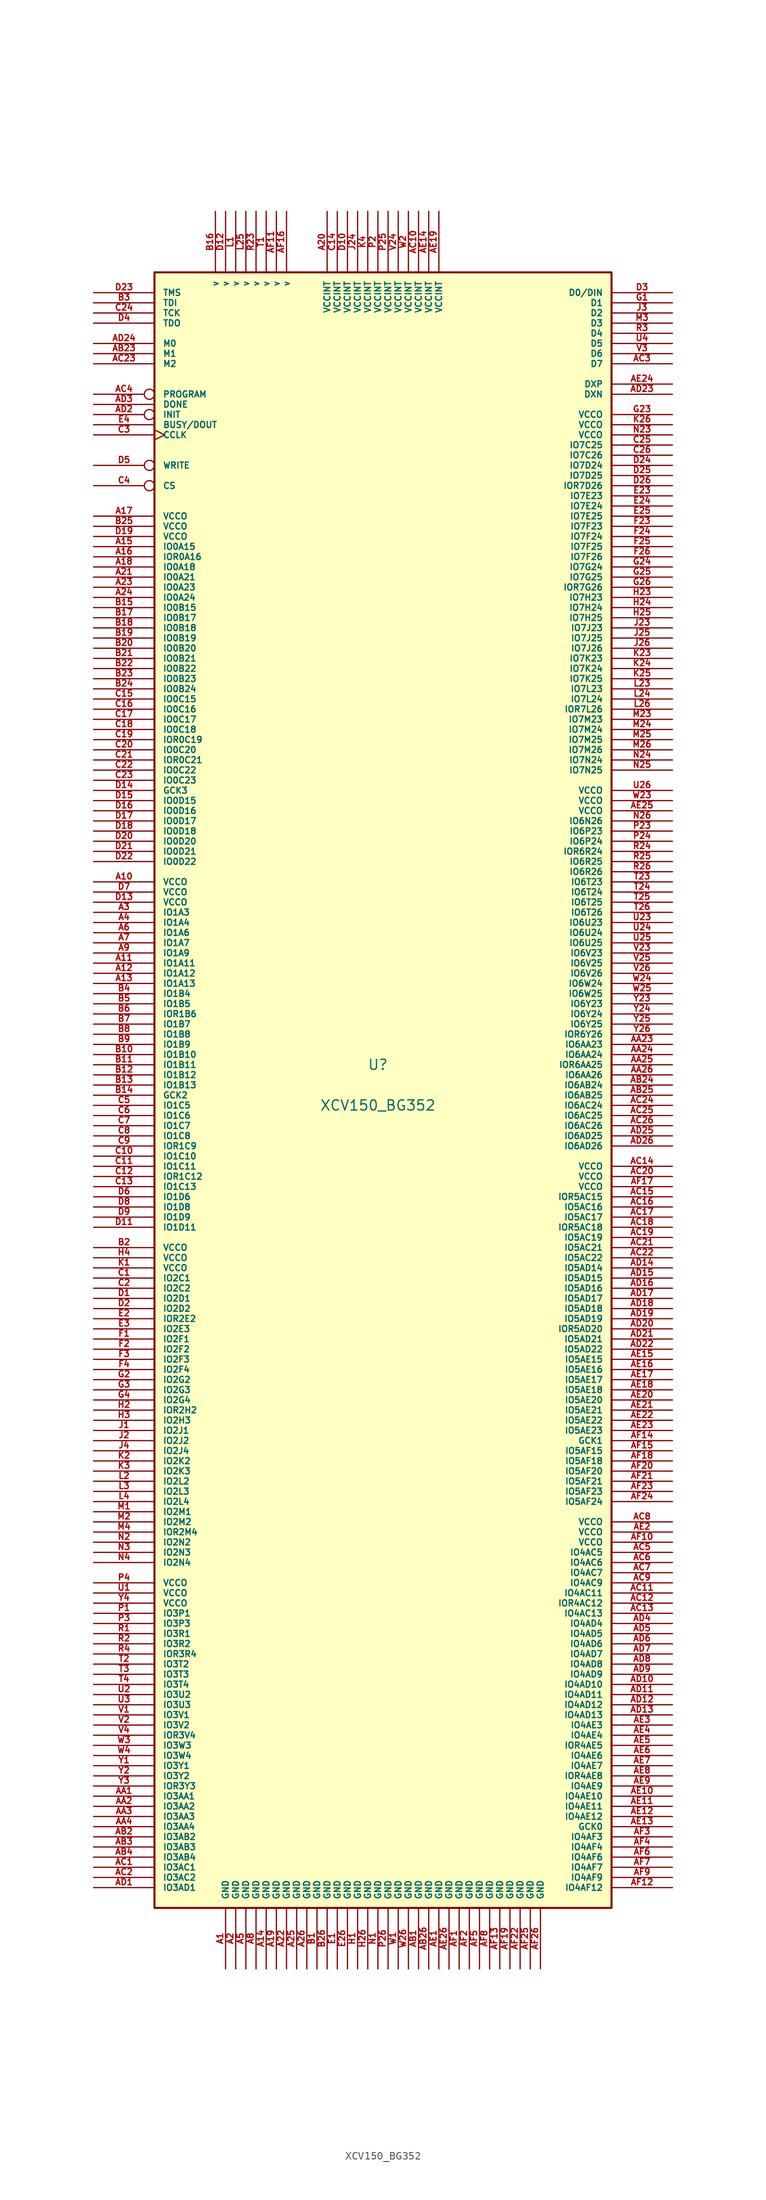
<source format=kicad_sym>
(kicad_symbol_lib
  (version 20201005)
  (generator kicad_symbol_editor)
  (symbol "XCV150_BG352"
    (pin_names
      (offset 1.016))
    (property "Reference" "U"
      (at 0 2.54 0)
      (effects (font (size 1.27 1.27))))
    (property "Value" "XCV150_BG352"
      (at 0 -2.54 0)
      (effects (font (size 1.27 1.27))))
    (symbol "XCV150_BG352_0_1"
      (rectangle (start -27.94 101.6) (end 29.21 -102.87) (stroke (width 0.254)) (fill (type background))))
    (symbol "XCV150_BG352_1_1"
      (pin power_in line (at -19.05 -110.49 90) (length 7.62) (name "GND" (effects (font (size 0.762 0.762)))) (number "A1" (effects (font (size 0.762 0.762)))))
      (pin power_in line (at -35.56 25.4 0) (length 7.62) (name "VCCO" (effects (font (size 0.762 0.762)))) (number "A10" (effects (font (size 0.762 0.762)))))
      (pin bidirectional line (at -35.56 15.24 0) (length 7.62) (name "IO1A11" (effects (font (size 0.762 0.762)))) (number "A11" (effects (font (size 0.762 0.762)))))
      (pin bidirectional line (at -35.56 13.97 0) (length 7.62) (name "IO1A12" (effects (font (size 0.762 0.762)))) (number "A12" (effects (font (size 0.762 0.762)))))
      (pin bidirectional line (at -35.56 12.7 0) (length 7.62) (name "IO1A13" (effects (font (size 0.762 0.762)))) (number "A13" (effects (font (size 0.762 0.762)))))
      (pin power_in line (at -13.97 -110.49 90) (length 7.62) (name "GND" (effects (font (size 0.762 0.762)))) (number "A14" (effects (font (size 0.762 0.762)))))
      (pin bidirectional line (at -35.56 67.31 0) (length 7.62) (name "IO0A15" (effects (font (size 0.762 0.762)))) (number "A15" (effects (font (size 0.762 0.762)))))
      (pin bidirectional line (at -35.56 66.04 0) (length 7.62) (name "IOR0A16" (effects (font (size 0.762 0.762)))) (number "A16" (effects (font (size 0.762 0.762)))))
      (pin power_in line (at -35.56 71.12 0) (length 7.62) (name "VCCO" (effects (font (size 0.762 0.762)))) (number "A17" (effects (font (size 0.762 0.762)))))
      (pin bidirectional line (at -35.56 64.77 0) (length 7.62) (name "IO0A18" (effects (font (size 0.762 0.762)))) (number "A18" (effects (font (size 0.762 0.762)))))
      (pin power_in line (at -12.7 -110.49 90) (length 7.62) (name "GND" (effects (font (size 0.762 0.762)))) (number "A19" (effects (font (size 0.762 0.762)))))
      (pin power_in line (at -17.78 -110.49 90) (length 7.62) (name "GND" (effects (font (size 0.762 0.762)))) (number "A2" (effects (font (size 0.762 0.762)))))
      (pin power_in line (at -6.35 109.22 270) (length 7.62) (name "VCCINT" (effects (font (size 0.762 0.762)))) (number "A20" (effects (font (size 0.762 0.762)))))
      (pin bidirectional line (at -35.56 63.5 0) (length 7.62) (name "IO0A21" (effects (font (size 0.762 0.762)))) (number "A21" (effects (font (size 0.762 0.762)))))
      (pin power_in line (at -11.43 -110.49 90) (length 7.62) (name "GND" (effects (font (size 0.762 0.762)))) (number "A22" (effects (font (size 0.762 0.762)))))
      (pin bidirectional line (at -35.56 62.23 0) (length 7.62) (name "IO0A23" (effects (font (size 0.762 0.762)))) (number "A23" (effects (font (size 0.762 0.762)))))
      (pin bidirectional line (at -35.56 60.96 0) (length 7.62) (name "IO0A24" (effects (font (size 0.762 0.762)))) (number "A24" (effects (font (size 0.762 0.762)))))
      (pin power_in line (at -10.16 -110.49 90) (length 7.62) (name "GND" (effects (font (size 0.762 0.762)))) (number "A25" (effects (font (size 0.762 0.762)))))
      (pin power_in line (at -8.89 -110.49 90) (length 7.62) (name "GND" (effects (font (size 0.762 0.762)))) (number "A26" (effects (font (size 0.762 0.762)))))
      (pin bidirectional line (at -35.56 21.59 0) (length 7.62) (name "IO1A3" (effects (font (size 0.762 0.762)))) (number "A3" (effects (font (size 0.762 0.762)))))
      (pin bidirectional line (at -35.56 20.32 0) (length 7.62) (name "IO1A4" (effects (font (size 0.762 0.762)))) (number "A4" (effects (font (size 0.762 0.762)))))
      (pin power_in line (at -16.51 -110.49 90) (length 7.62) (name "GND" (effects (font (size 0.762 0.762)))) (number "A5" (effects (font (size 0.762 0.762)))))
      (pin bidirectional line (at -35.56 19.05 0) (length 7.62) (name "IO1A6" (effects (font (size 0.762 0.762)))) (number "A6" (effects (font (size 0.762 0.762)))))
      (pin bidirectional line (at -35.56 17.78 0) (length 7.62) (name "IO1A7" (effects (font (size 0.762 0.762)))) (number "A7" (effects (font (size 0.762 0.762)))))
      (pin power_in line (at -15.24 -110.49 90) (length 7.62) (name "GND" (effects (font (size 0.762 0.762)))) (number "A8" (effects (font (size 0.762 0.762)))))
      (pin bidirectional line (at -35.56 16.51 0) (length 7.62) (name "IO1A9" (effects (font (size 0.762 0.762)))) (number "A9" (effects (font (size 0.762 0.762)))))
      (pin bidirectional line (at -35.56 -88.9 0) (length 7.62) (name "IO3AA1" (effects (font (size 0.762 0.762)))) (number "AA1" (effects (font (size 0.762 0.762)))))
      (pin bidirectional line (at -35.56 -90.17 0) (length 7.62) (name "IO3AA2" (effects (font (size 0.762 0.762)))) (number "AA2" (effects (font (size 0.762 0.762)))))
      (pin bidirectional line (at 36.83 5.08 180) (length 7.62) (name "IO6AA23" (effects (font (size 0.762 0.762)))) (number "AA23" (effects (font (size 0.762 0.762)))))
      (pin bidirectional line (at 36.83 3.81 180) (length 7.62) (name "IO6AA24" (effects (font (size 0.762 0.762)))) (number "AA24" (effects (font (size 0.762 0.762)))))
      (pin bidirectional line (at 36.83 2.54 180) (length 7.62) (name "IOR6AA25" (effects (font (size 0.762 0.762)))) (number "AA25" (effects (font (size 0.762 0.762)))))
      (pin bidirectional line (at 36.83 1.27 180) (length 7.62) (name "IO6AA26" (effects (font (size 0.762 0.762)))) (number "AA26" (effects (font (size 0.762 0.762)))))
      (pin bidirectional line (at -35.56 -91.44 0) (length 7.62) (name "IO3AA3" (effects (font (size 0.762 0.762)))) (number "AA3" (effects (font (size 0.762 0.762)))))
      (pin bidirectional line (at -35.56 -92.71 0) (length 7.62) (name "IO3AA4" (effects (font (size 0.762 0.762)))) (number "AA4" (effects (font (size 0.762 0.762)))))
      (pin power_in line (at 5.08 -110.49 90) (length 7.62) (name "GND" (effects (font (size 0.762 0.762)))) (number "AB1" (effects (font (size 0.762 0.762)))))
      (pin bidirectional line (at -35.56 -93.98 0) (length 7.62) (name "IO3AB2" (effects (font (size 0.762 0.762)))) (number "AB2" (effects (font (size 0.762 0.762)))))
      (pin input line (at -35.56 91.44 0) (length 7.62) (name "M1" (effects (font (size 0.762 0.762)))) (number "AB23" (effects (font (size 0.762 0.762)))))
      (pin bidirectional line (at 36.83 0 180) (length 7.62) (name "IO6AB24" (effects (font (size 0.762 0.762)))) (number "AB24" (effects (font (size 0.762 0.762)))))
      (pin bidirectional line (at 36.83 -1.27 180) (length 7.62) (name "IO6AB25" (effects (font (size 0.762 0.762)))) (number "AB25" (effects (font (size 0.762 0.762)))))
      (pin power_in line (at 6.35 -110.49 90) (length 7.62) (name "GND" (effects (font (size 0.762 0.762)))) (number "AB26" (effects (font (size 0.762 0.762)))))
      (pin bidirectional line (at -35.56 -95.25 0) (length 7.62) (name "IO3AB3" (effects (font (size 0.762 0.762)))) (number "AB3" (effects (font (size 0.762 0.762)))))
      (pin bidirectional line (at -35.56 -96.52 0) (length 7.62) (name "IO3AB4" (effects (font (size 0.762 0.762)))) (number "AB4" (effects (font (size 0.762 0.762)))))
      (pin bidirectional line (at -35.56 -97.79 0) (length 7.62) (name "IO3AC1" (effects (font (size 0.762 0.762)))) (number "AC1" (effects (font (size 0.762 0.762)))))
      (pin power_in line (at 5.08 109.22 270) (length 7.62) (name "VCCINT" (effects (font (size 0.762 0.762)))) (number "AC10" (effects (font (size 0.762 0.762)))))
      (pin bidirectional line (at 36.83 -63.5 180) (length 7.62) (name "IO4AC11" (effects (font (size 0.762 0.762)))) (number "AC11" (effects (font (size 0.762 0.762)))))
      (pin bidirectional line (at 36.83 -64.77 180) (length 7.62) (name "IOR4AC12" (effects (font (size 0.762 0.762)))) (number "AC12" (effects (font (size 0.762 0.762)))))
      (pin bidirectional line (at 36.83 -66.04 180) (length 7.62) (name "IO4AC13" (effects (font (size 0.762 0.762)))) (number "AC13" (effects (font (size 0.762 0.762)))))
      (pin power_in line (at 36.83 -10.16 180) (length 7.62) (name "VCCO" (effects (font (size 0.762 0.762)))) (number "AC14" (effects (font (size 0.762 0.762)))))
      (pin bidirectional line (at 36.83 -13.97 180) (length 7.62) (name "IOR5AC15" (effects (font (size 0.762 0.762)))) (number "AC15" (effects (font (size 0.762 0.762)))))
      (pin bidirectional line (at 36.83 -15.24 180) (length 7.62) (name "IO5AC16" (effects (font (size 0.762 0.762)))) (number "AC16" (effects (font (size 0.762 0.762)))))
      (pin bidirectional line (at 36.83 -16.51 180) (length 7.62) (name "IO5AC17" (effects (font (size 0.762 0.762)))) (number "AC17" (effects (font (size 0.762 0.762)))))
      (pin bidirectional line (at 36.83 -17.78 180) (length 7.62) (name "IOR5AC18" (effects (font (size 0.762 0.762)))) (number "AC18" (effects (font (size 0.762 0.762)))))
      (pin bidirectional line (at 36.83 -19.05 180) (length 7.62) (name "IO5AC19" (effects (font (size 0.762 0.762)))) (number "AC19" (effects (font (size 0.762 0.762)))))
      (pin bidirectional line (at -35.56 -99.06 0) (length 7.62) (name "IO3AC2" (effects (font (size 0.762 0.762)))) (number "AC2" (effects (font (size 0.762 0.762)))))
      (pin power_in line (at 36.83 -11.43 180) (length 7.62) (name "VCCO" (effects (font (size 0.762 0.762)))) (number "AC20" (effects (font (size 0.762 0.762)))))
      (pin bidirectional line (at 36.83 -20.32 180) (length 7.62) (name "IO5AC21" (effects (font (size 0.762 0.762)))) (number "AC21" (effects (font (size 0.762 0.762)))))
      (pin bidirectional line (at 36.83 -21.59 180) (length 7.62) (name "IO5AC22" (effects (font (size 0.762 0.762)))) (number "AC22" (effects (font (size 0.762 0.762)))))
      (pin input line (at -35.56 90.17 0) (length 7.62) (name "M2" (effects (font (size 0.762 0.762)))) (number "AC23" (effects (font (size 0.762 0.762)))))
      (pin bidirectional line (at 36.83 -2.54 180) (length 7.62) (name "IO6AC24" (effects (font (size 0.762 0.762)))) (number "AC24" (effects (font (size 0.762 0.762)))))
      (pin bidirectional line (at 36.83 -3.81 180) (length 7.62) (name "IO6AC25" (effects (font (size 0.762 0.762)))) (number "AC25" (effects (font (size 0.762 0.762)))))
      (pin bidirectional line (at 36.83 -5.08 180) (length 7.62) (name "IO6AC26" (effects (font (size 0.762 0.762)))) (number "AC26" (effects (font (size 0.762 0.762)))))
      (pin bidirectional line (at 36.83 90.17 180) (length 7.62) (name "D7" (effects (font (size 0.762 0.762)))) (number "AC3" (effects (font (size 0.762 0.762)))))
      (pin input inverted (at -35.56 86.36 0) (length 7.62) (name "PROGRAM" (effects (font (size 0.762 0.762)))) (number "AC4" (effects (font (size 0.762 0.762)))))
      (pin bidirectional line (at 36.83 -58.42 180) (length 7.62) (name "IO4AC5" (effects (font (size 0.762 0.762)))) (number "AC5" (effects (font (size 0.762 0.762)))))
      (pin bidirectional line (at 36.83 -59.69 180) (length 7.62) (name "IO4AC6" (effects (font (size 0.762 0.762)))) (number "AC6" (effects (font (size 0.762 0.762)))))
      (pin bidirectional line (at 36.83 -60.96 180) (length 7.62) (name "IO4AC7" (effects (font (size 0.762 0.762)))) (number "AC7" (effects (font (size 0.762 0.762)))))
      (pin power_in line (at 36.83 -54.61 180) (length 7.62) (name "VCCO" (effects (font (size 0.762 0.762)))) (number "AC8" (effects (font (size 0.762 0.762)))))
      (pin bidirectional line (at 36.83 -62.23 180) (length 7.62) (name "IO4AC9" (effects (font (size 0.762 0.762)))) (number "AC9" (effects (font (size 0.762 0.762)))))
      (pin bidirectional line (at -35.56 -100.33 0) (length 7.62) (name "IO3AD1" (effects (font (size 0.762 0.762)))) (number "AD1" (effects (font (size 0.762 0.762)))))
      (pin bidirectional line (at 36.83 -74.93 180) (length 7.62) (name "IO4AD10" (effects (font (size 0.762 0.762)))) (number "AD10" (effects (font (size 0.762 0.762)))))
      (pin bidirectional line (at 36.83 -76.2 180) (length 7.62) (name "IO4AD11" (effects (font (size 0.762 0.762)))) (number "AD11" (effects (font (size 0.762 0.762)))))
      (pin bidirectional line (at 36.83 -77.47 180) (length 7.62) (name "IO4AD12" (effects (font (size 0.762 0.762)))) (number "AD12" (effects (font (size 0.762 0.762)))))
      (pin bidirectional line (at 36.83 -78.74 180) (length 7.62) (name "IO4AD13" (effects (font (size 0.762 0.762)))) (number "AD13" (effects (font (size 0.762 0.762)))))
      (pin bidirectional line (at 36.83 -22.86 180) (length 7.62) (name "IO5AD14" (effects (font (size 0.762 0.762)))) (number "AD14" (effects (font (size 0.762 0.762)))))
      (pin bidirectional line (at 36.83 -24.13 180) (length 7.62) (name "IO5AD15" (effects (font (size 0.762 0.762)))) (number "AD15" (effects (font (size 0.762 0.762)))))
      (pin bidirectional line (at 36.83 -25.4 180) (length 7.62) (name "IO5AD16" (effects (font (size 0.762 0.762)))) (number "AD16" (effects (font (size 0.762 0.762)))))
      (pin bidirectional line (at 36.83 -26.67 180) (length 7.62) (name "IO5AD17" (effects (font (size 0.762 0.762)))) (number "AD17" (effects (font (size 0.762 0.762)))))
      (pin bidirectional line (at 36.83 -27.94 180) (length 7.62) (name "IO5AD18" (effects (font (size 0.762 0.762)))) (number "AD18" (effects (font (size 0.762 0.762)))))
      (pin bidirectional line (at 36.83 -29.21 180) (length 7.62) (name "IO5AD19" (effects (font (size 0.762 0.762)))) (number "AD19" (effects (font (size 0.762 0.762)))))
      (pin bidirectional inverted (at -35.56 83.82 0) (length 7.62) (name "INIT" (effects (font (size 0.762 0.762)))) (number "AD2" (effects (font (size 0.762 0.762)))))
      (pin bidirectional line (at 36.83 -30.48 180) (length 7.62) (name "IOR5AD20" (effects (font (size 0.762 0.762)))) (number "AD20" (effects (font (size 0.762 0.762)))))
      (pin bidirectional line (at 36.83 -31.75 180) (length 7.62) (name "IO5AD21" (effects (font (size 0.762 0.762)))) (number "AD21" (effects (font (size 0.762 0.762)))))
      (pin bidirectional line (at 36.83 -33.02 180) (length 7.62) (name "IO5AD22" (effects (font (size 0.762 0.762)))) (number "AD22" (effects (font (size 0.762 0.762)))))
      (pin passive line (at 36.83 86.36 180) (length 7.62) (name "DXN" (effects (font (size 0.762 0.762)))) (number "AD23" (effects (font (size 0.762 0.762)))))
      (pin input line (at -35.56 92.71 0) (length 7.62) (name "M0" (effects (font (size 0.762 0.762)))) (number "AD24" (effects (font (size 0.762 0.762)))))
      (pin bidirectional line (at 36.83 -6.35 180) (length 7.62) (name "IO6AD25" (effects (font (size 0.762 0.762)))) (number "AD25" (effects (font (size 0.762 0.762)))))
      (pin bidirectional line (at 36.83 -7.62 180) (length 7.62) (name "IO6AD26" (effects (font (size 0.762 0.762)))) (number "AD26" (effects (font (size 0.762 0.762)))))
      (pin bidirectional line (at -35.56 85.09 0) (length 7.62) (name "DONE" (effects (font (size 0.762 0.762)))) (number "AD3" (effects (font (size 0.762 0.762)))))
      (pin bidirectional line (at 36.83 -67.31 180) (length 7.62) (name "IO4AD4" (effects (font (size 0.762 0.762)))) (number "AD4" (effects (font (size 0.762 0.762)))))
      (pin bidirectional line (at 36.83 -68.58 180) (length 7.62) (name "IO4AD5" (effects (font (size 0.762 0.762)))) (number "AD5" (effects (font (size 0.762 0.762)))))
      (pin bidirectional line (at 36.83 -69.85 180) (length 7.62) (name "IO4AD6" (effects (font (size 0.762 0.762)))) (number "AD6" (effects (font (size 0.762 0.762)))))
      (pin bidirectional line (at 36.83 -71.12 180) (length 7.62) (name "IO4AD7" (effects (font (size 0.762 0.762)))) (number "AD7" (effects (font (size 0.762 0.762)))))
      (pin bidirectional line (at 36.83 -72.39 180) (length 7.62) (name "IO4AD8" (effects (font (size 0.762 0.762)))) (number "AD8" (effects (font (size 0.762 0.762)))))
      (pin bidirectional line (at 36.83 -73.66 180) (length 7.62) (name "IO4AD9" (effects (font (size 0.762 0.762)))) (number "AD9" (effects (font (size 0.762 0.762)))))
      (pin power_in line (at 7.62 -110.49 90) (length 7.62) (name "GND" (effects (font (size 0.762 0.762)))) (number "AE1" (effects (font (size 0.762 0.762)))))
      (pin bidirectional line (at 36.83 -88.9 180) (length 7.62) (name "IO4AE10" (effects (font (size 0.762 0.762)))) (number "AE10" (effects (font (size 0.762 0.762)))))
      (pin bidirectional line (at 36.83 -90.17 180) (length 7.62) (name "IO4AE11" (effects (font (size 0.762 0.762)))) (number "AE11" (effects (font (size 0.762 0.762)))))
      (pin bidirectional line (at 36.83 -91.44 180) (length 7.62) (name "IO4AE12" (effects (font (size 0.762 0.762)))) (number "AE12" (effects (font (size 0.762 0.762)))))
      (pin input line (at 36.83 -92.71 180) (length 7.62) (name "GCK0" (effects (font (size 0.762 0.762)))) (number "AE13" (effects (font (size 0.762 0.762)))))
      (pin power_in line (at 6.35 109.22 270) (length 7.62) (name "VCCINT" (effects (font (size 0.762 0.762)))) (number "AE14" (effects (font (size 0.762 0.762)))))
      (pin bidirectional line (at 36.83 -34.29 180) (length 7.62) (name "IO5AE15" (effects (font (size 0.762 0.762)))) (number "AE15" (effects (font (size 0.762 0.762)))))
      (pin bidirectional line (at 36.83 -35.56 180) (length 7.62) (name "IO5AE16" (effects (font (size 0.762 0.762)))) (number "AE16" (effects (font (size 0.762 0.762)))))
      (pin bidirectional line (at 36.83 -36.83 180) (length 7.62) (name "IO5AE17" (effects (font (size 0.762 0.762)))) (number "AE17" (effects (font (size 0.762 0.762)))))
      (pin bidirectional line (at 36.83 -38.1 180) (length 7.62) (name "IO5AE18" (effects (font (size 0.762 0.762)))) (number "AE18" (effects (font (size 0.762 0.762)))))
      (pin power_in line (at 7.62 109.22 270) (length 7.62) (name "VCCINT" (effects (font (size 0.762 0.762)))) (number "AE19" (effects (font (size 0.762 0.762)))))
      (pin power_in line (at 36.83 -55.88 180) (length 7.62) (name "VCCO" (effects (font (size 0.762 0.762)))) (number "AE2" (effects (font (size 0.762 0.762)))))
      (pin bidirectional line (at 36.83 -39.37 180) (length 7.62) (name "IO5AE20" (effects (font (size 0.762 0.762)))) (number "AE20" (effects (font (size 0.762 0.762)))))
      (pin bidirectional line (at 36.83 -40.64 180) (length 7.62) (name "IO5AE21" (effects (font (size 0.762 0.762)))) (number "AE21" (effects (font (size 0.762 0.762)))))
      (pin bidirectional line (at 36.83 -41.91 180) (length 7.62) (name "IO5AE22" (effects (font (size 0.762 0.762)))) (number "AE22" (effects (font (size 0.762 0.762)))))
      (pin bidirectional line (at 36.83 -43.18 180) (length 7.62) (name "IO5AE23" (effects (font (size 0.762 0.762)))) (number "AE23" (effects (font (size 0.762 0.762)))))
      (pin passive line (at 36.83 87.63 180) (length 7.62) (name "DXP" (effects (font (size 0.762 0.762)))) (number "AE24" (effects (font (size 0.762 0.762)))))
      (pin power_in line (at 36.83 34.29 180) (length 7.62) (name "VCCO" (effects (font (size 0.762 0.762)))) (number "AE25" (effects (font (size 0.762 0.762)))))
      (pin power_in line (at 8.89 -110.49 90) (length 7.62) (name "GND" (effects (font (size 0.762 0.762)))) (number "AE26" (effects (font (size 0.762 0.762)))))
      (pin bidirectional line (at 36.83 -80.01 180) (length 7.62) (name "IO4AE3" (effects (font (size 0.762 0.762)))) (number "AE3" (effects (font (size 0.762 0.762)))))
      (pin bidirectional line (at 36.83 -81.28 180) (length 7.62) (name "IO4AE4" (effects (font (size 0.762 0.762)))) (number "AE4" (effects (font (size 0.762 0.762)))))
      (pin bidirectional line (at 36.83 -82.55 180) (length 7.62) (name "IOR4AE5" (effects (font (size 0.762 0.762)))) (number "AE5" (effects (font (size 0.762 0.762)))))
      (pin bidirectional line (at 36.83 -83.82 180) (length 7.62) (name "IO4AE6" (effects (font (size 0.762 0.762)))) (number "AE6" (effects (font (size 0.762 0.762)))))
      (pin bidirectional line (at 36.83 -85.09 180) (length 7.62) (name "IO4AE7" (effects (font (size 0.762 0.762)))) (number "AE7" (effects (font (size 0.762 0.762)))))
      (pin bidirectional line (at 36.83 -86.36 180) (length 7.62) (name "IOR4AE8" (effects (font (size 0.762 0.762)))) (number "AE8" (effects (font (size 0.762 0.762)))))
      (pin bidirectional line (at 36.83 -87.63 180) (length 7.62) (name "IO4AE9" (effects (font (size 0.762 0.762)))) (number "AE9" (effects (font (size 0.762 0.762)))))
      (pin power_in line (at 10.16 -110.49 90) (length 7.62) (name "GND" (effects (font (size 0.762 0.762)))) (number "AF1" (effects (font (size 0.762 0.762)))))
      (pin power_in line (at 36.83 -57.15 180) (length 7.62) (name "VCCO" (effects (font (size 0.762 0.762)))) (number "AF10" (effects (font (size 0.762 0.762)))))
      (pin passive line (at -12.7 109.22 270) (length 7.62) (name "v" (effects (font (size 0.762 0.762)))) (number "AF11" (effects (font (size 0.762 0.762)))))
      (pin bidirectional line (at 36.83 -100.33 180) (length 7.62) (name "IO4AF12" (effects (font (size 0.762 0.762)))) (number "AF12" (effects (font (size 0.762 0.762)))))
      (pin power_in line (at 15.24 -110.49 90) (length 7.62) (name "GND" (effects (font (size 0.762 0.762)))) (number "AF13" (effects (font (size 0.762 0.762)))))
      (pin input line (at 36.83 -44.45 180) (length 7.62) (name "GCK1" (effects (font (size 0.762 0.762)))) (number "AF14" (effects (font (size 0.762 0.762)))))
      (pin bidirectional line (at 36.83 -45.72 180) (length 7.62) (name "IO5AF15" (effects (font (size 0.762 0.762)))) (number "AF15" (effects (font (size 0.762 0.762)))))
      (pin passive line (at -11.43 109.22 270) (length 7.62) (name "v" (effects (font (size 0.762 0.762)))) (number "AF16" (effects (font (size 0.762 0.762)))))
      (pin power_in line (at 36.83 -12.7 180) (length 7.62) (name "VCCO" (effects (font (size 0.762 0.762)))) (number "AF17" (effects (font (size 0.762 0.762)))))
      (pin bidirectional line (at 36.83 -46.99 180) (length 7.62) (name "IO5AF18" (effects (font (size 0.762 0.762)))) (number "AF18" (effects (font (size 0.762 0.762)))))
      (pin power_in line (at 16.51 -110.49 90) (length 7.62) (name "GND" (effects (font (size 0.762 0.762)))) (number "AF19" (effects (font (size 0.762 0.762)))))
      (pin power_in line (at 11.43 -110.49 90) (length 7.62) (name "GND" (effects (font (size 0.762 0.762)))) (number "AF2" (effects (font (size 0.762 0.762)))))
      (pin bidirectional line (at 36.83 -48.26 180) (length 7.62) (name "IO5AF20" (effects (font (size 0.762 0.762)))) (number "AF20" (effects (font (size 0.762 0.762)))))
      (pin bidirectional line (at 36.83 -49.53 180) (length 7.62) (name "IO5AF21" (effects (font (size 0.762 0.762)))) (number "AF21" (effects (font (size 0.762 0.762)))))
      (pin power_in line (at 17.78 -110.49 90) (length 7.62) (name "GND" (effects (font (size 0.762 0.762)))) (number "AF22" (effects (font (size 0.762 0.762)))))
      (pin bidirectional line (at 36.83 -50.8 180) (length 7.62) (name "IO5AF23" (effects (font (size 0.762 0.762)))) (number "AF23" (effects (font (size 0.762 0.762)))))
      (pin bidirectional line (at 36.83 -52.07 180) (length 7.62) (name "IO5AF24" (effects (font (size 0.762 0.762)))) (number "AF24" (effects (font (size 0.762 0.762)))))
      (pin power_in line (at 19.05 -110.49 90) (length 7.62) (name "GND" (effects (font (size 0.762 0.762)))) (number "AF25" (effects (font (size 0.762 0.762)))))
      (pin power_in line (at 20.32 -110.49 90) (length 7.62) (name "GND" (effects (font (size 0.762 0.762)))) (number "AF26" (effects (font (size 0.762 0.762)))))
      (pin bidirectional line (at 36.83 -93.98 180) (length 7.62) (name "IO4AF3" (effects (font (size 0.762 0.762)))) (number "AF3" (effects (font (size 0.762 0.762)))))
      (pin bidirectional line (at 36.83 -95.25 180) (length 7.62) (name "IO4AF4" (effects (font (size 0.762 0.762)))) (number "AF4" (effects (font (size 0.762 0.762)))))
      (pin power_in line (at 12.7 -110.49 90) (length 7.62) (name "GND" (effects (font (size 0.762 0.762)))) (number "AF5" (effects (font (size 0.762 0.762)))))
      (pin bidirectional line (at 36.83 -96.52 180) (length 7.62) (name "IO4AF6" (effects (font (size 0.762 0.762)))) (number "AF6" (effects (font (size 0.762 0.762)))))
      (pin bidirectional line (at 36.83 -97.79 180) (length 7.62) (name "IO4AF7" (effects (font (size 0.762 0.762)))) (number "AF7" (effects (font (size 0.762 0.762)))))
      (pin power_in line (at 13.97 -110.49 90) (length 7.62) (name "GND" (effects (font (size 0.762 0.762)))) (number "AF8" (effects (font (size 0.762 0.762)))))
      (pin bidirectional line (at 36.83 -99.06 180) (length 7.62) (name "IO4AF9" (effects (font (size 0.762 0.762)))) (number "AF9" (effects (font (size 0.762 0.762)))))
      (pin power_in line (at -7.62 -110.49 90) (length 7.62) (name "GND" (effects (font (size 0.762 0.762)))) (number "B1" (effects (font (size 0.762 0.762)))))
      (pin bidirectional line (at -35.56 3.81 0) (length 7.62) (name "IO1B10" (effects (font (size 0.762 0.762)))) (number "B10" (effects (font (size 0.762 0.762)))))
      (pin bidirectional line (at -35.56 2.54 0) (length 7.62) (name "IO1B11" (effects (font (size 0.762 0.762)))) (number "B11" (effects (font (size 0.762 0.762)))))
      (pin bidirectional line (at -35.56 1.27 0) (length 7.62) (name "IO1B12" (effects (font (size 0.762 0.762)))) (number "B12" (effects (font (size 0.762 0.762)))))
      (pin bidirectional line (at -35.56 0 0) (length 7.62) (name "IO1B13" (effects (font (size 0.762 0.762)))) (number "B13" (effects (font (size 0.762 0.762)))))
      (pin input line (at -35.56 -1.27 0) (length 7.62) (name "GCK2" (effects (font (size 0.762 0.762)))) (number "B14" (effects (font (size 0.762 0.762)))))
      (pin bidirectional line (at -35.56 59.69 0) (length 7.62) (name "IO0B15" (effects (font (size 0.762 0.762)))) (number "B15" (effects (font (size 0.762 0.762)))))
      (pin passive line (at -20.32 109.22 270) (length 7.62) (name "v" (effects (font (size 0.762 0.762)))) (number "B16" (effects (font (size 0.762 0.762)))))
      (pin bidirectional line (at -35.56 58.42 0) (length 7.62) (name "IO0B17" (effects (font (size 0.762 0.762)))) (number "B17" (effects (font (size 0.762 0.762)))))
      (pin bidirectional line (at -35.56 57.15 0) (length 7.62) (name "IO0B18" (effects (font (size 0.762 0.762)))) (number "B18" (effects (font (size 0.762 0.762)))))
      (pin bidirectional line (at -35.56 55.88 0) (length 7.62) (name "IO0B19" (effects (font (size 0.762 0.762)))) (number "B19" (effects (font (size 0.762 0.762)))))
      (pin power_in line (at -35.56 -20.32 0) (length 7.62) (name "VCCO" (effects (font (size 0.762 0.762)))) (number "B2" (effects (font (size 0.762 0.762)))))
      (pin bidirectional line (at -35.56 54.61 0) (length 7.62) (name "IO0B20" (effects (font (size 0.762 0.762)))) (number "B20" (effects (font (size 0.762 0.762)))))
      (pin bidirectional line (at -35.56 53.34 0) (length 7.62) (name "IO0B21" (effects (font (size 0.762 0.762)))) (number "B21" (effects (font (size 0.762 0.762)))))
      (pin bidirectional line (at -35.56 52.07 0) (length 7.62) (name "IO0B22" (effects (font (size 0.762 0.762)))) (number "B22" (effects (font (size 0.762 0.762)))))
      (pin bidirectional line (at -35.56 50.8 0) (length 7.62) (name "IO0B23" (effects (font (size 0.762 0.762)))) (number "B23" (effects (font (size 0.762 0.762)))))
      (pin bidirectional line (at -35.56 49.53 0) (length 7.62) (name "IO0B24" (effects (font (size 0.762 0.762)))) (number "B24" (effects (font (size 0.762 0.762)))))
      (pin power_in line (at -35.56 69.85 0) (length 7.62) (name "VCCO" (effects (font (size 0.762 0.762)))) (number "B25" (effects (font (size 0.762 0.762)))))
      (pin power_in line (at -6.35 -110.49 90) (length 7.62) (name "GND" (effects (font (size 0.762 0.762)))) (number "B26" (effects (font (size 0.762 0.762)))))
      (pin passive line (at -35.56 97.79 0) (length 7.62) (name "TDI" (effects (font (size 0.762 0.762)))) (number "B3" (effects (font (size 0.762 0.762)))))
      (pin bidirectional line (at -35.56 11.43 0) (length 7.62) (name "IO1B4" (effects (font (size 0.762 0.762)))) (number "B4" (effects (font (size 0.762 0.762)))))
      (pin bidirectional line (at -35.56 10.16 0) (length 7.62) (name "IO1B5" (effects (font (size 0.762 0.762)))) (number "B5" (effects (font (size 0.762 0.762)))))
      (pin bidirectional line (at -35.56 8.89 0) (length 7.62) (name "IOR1B6" (effects (font (size 0.762 0.762)))) (number "B6" (effects (font (size 0.762 0.762)))))
      (pin bidirectional line (at -35.56 7.62 0) (length 7.62) (name "IO1B7" (effects (font (size 0.762 0.762)))) (number "B7" (effects (font (size 0.762 0.762)))))
      (pin bidirectional line (at -35.56 6.35 0) (length 7.62) (name "IO1B8" (effects (font (size 0.762 0.762)))) (number "B8" (effects (font (size 0.762 0.762)))))
      (pin bidirectional line (at -35.56 5.08 0) (length 7.62) (name "IO1B9" (effects (font (size 0.762 0.762)))) (number "B9" (effects (font (size 0.762 0.762)))))
      (pin bidirectional line (at -35.56 -24.13 0) (length 7.62) (name "IO2C1" (effects (font (size 0.762 0.762)))) (number "C1" (effects (font (size 0.762 0.762)))))
      (pin bidirectional line (at -35.56 -8.89 0) (length 7.62) (name "IO1C10" (effects (font (size 0.762 0.762)))) (number "C10" (effects (font (size 0.762 0.762)))))
      (pin bidirectional line (at -35.56 -10.16 0) (length 7.62) (name "IO1C11" (effects (font (size 0.762 0.762)))) (number "C11" (effects (font (size 0.762 0.762)))))
      (pin bidirectional line (at -35.56 -11.43 0) (length 7.62) (name "IOR1C12" (effects (font (size 0.762 0.762)))) (number "C12" (effects (font (size 0.762 0.762)))))
      (pin bidirectional line (at -35.56 -12.7 0) (length 7.62) (name "IO1C13" (effects (font (size 0.762 0.762)))) (number "C13" (effects (font (size 0.762 0.762)))))
      (pin power_in line (at -5.08 109.22 270) (length 7.62) (name "VCCINT" (effects (font (size 0.762 0.762)))) (number "C14" (effects (font (size 0.762 0.762)))))
      (pin bidirectional line (at -35.56 48.26 0) (length 7.62) (name "IO0C15" (effects (font (size 0.762 0.762)))) (number "C15" (effects (font (size 0.762 0.762)))))
      (pin bidirectional line (at -35.56 46.99 0) (length 7.62) (name "IO0C16" (effects (font (size 0.762 0.762)))) (number "C16" (effects (font (size 0.762 0.762)))))
      (pin bidirectional line (at -35.56 45.72 0) (length 7.62) (name "IO0C17" (effects (font (size 0.762 0.762)))) (number "C17" (effects (font (size 0.762 0.762)))))
      (pin bidirectional line (at -35.56 44.45 0) (length 7.62) (name "IO0C18" (effects (font (size 0.762 0.762)))) (number "C18" (effects (font (size 0.762 0.762)))))
      (pin bidirectional line (at -35.56 43.18 0) (length 7.62) (name "IOR0C19" (effects (font (size 0.762 0.762)))) (number "C19" (effects (font (size 0.762 0.762)))))
      (pin bidirectional line (at -35.56 -25.4 0) (length 7.62) (name "IO2C2" (effects (font (size 0.762 0.762)))) (number "C2" (effects (font (size 0.762 0.762)))))
      (pin bidirectional line (at -35.56 41.91 0) (length 7.62) (name "IO0C20" (effects (font (size 0.762 0.762)))) (number "C20" (effects (font (size 0.762 0.762)))))
      (pin bidirectional line (at -35.56 40.64 0) (length 7.62) (name "IOR0C21" (effects (font (size 0.762 0.762)))) (number "C21" (effects (font (size 0.762 0.762)))))
      (pin bidirectional line (at -35.56 39.37 0) (length 7.62) (name "IO0C22" (effects (font (size 0.762 0.762)))) (number "C22" (effects (font (size 0.762 0.762)))))
      (pin bidirectional line (at -35.56 38.1 0) (length 7.62) (name "IO0C23" (effects (font (size 0.762 0.762)))) (number "C23" (effects (font (size 0.762 0.762)))))
      (pin passive line (at -35.56 96.52 0) (length 7.62) (name "TCK" (effects (font (size 0.762 0.762)))) (number "C24" (effects (font (size 0.762 0.762)))))
      (pin bidirectional line (at 36.83 80.01 180) (length 7.62) (name "IO7C25" (effects (font (size 0.762 0.762)))) (number "C25" (effects (font (size 0.762 0.762)))))
      (pin bidirectional line (at 36.83 78.74 180) (length 7.62) (name "IO7C26" (effects (font (size 0.762 0.762)))) (number "C26" (effects (font (size 0.762 0.762)))))
      (pin bidirectional clock (at -35.56 81.28 0) (length 7.62) (name "CCLK" (effects (font (size 0.762 0.762)))) (number "C3" (effects (font (size 0.762 0.762)))))
      (pin input inverted (at -35.56 74.93 0) (length 7.62) (name "CS" (effects (font (size 0.762 0.762)))) (number "C4" (effects (font (size 0.762 0.762)))))
      (pin bidirectional line (at -35.56 -2.54 0) (length 7.62) (name "IO1C5" (effects (font (size 0.762 0.762)))) (number "C5" (effects (font (size 0.762 0.762)))))
      (pin bidirectional line (at -35.56 -3.81 0) (length 7.62) (name "IO1C6" (effects (font (size 0.762 0.762)))) (number "C6" (effects (font (size 0.762 0.762)))))
      (pin bidirectional line (at -35.56 -5.08 0) (length 7.62) (name "IO1C7" (effects (font (size 0.762 0.762)))) (number "C7" (effects (font (size 0.762 0.762)))))
      (pin bidirectional line (at -35.56 -6.35 0) (length 7.62) (name "IO1C8" (effects (font (size 0.762 0.762)))) (number "C8" (effects (font (size 0.762 0.762)))))
      (pin bidirectional line (at -35.56 -7.62 0) (length 7.62) (name "IOR1C9" (effects (font (size 0.762 0.762)))) (number "C9" (effects (font (size 0.762 0.762)))))
      (pin bidirectional line (at -35.56 -26.67 0) (length 7.62) (name "IO2D1" (effects (font (size 0.762 0.762)))) (number "D1" (effects (font (size 0.762 0.762)))))
      (pin power_in line (at -3.81 109.22 270) (length 7.62) (name "VCCINT" (effects (font (size 0.762 0.762)))) (number "D10" (effects (font (size 0.762 0.762)))))
      (pin bidirectional line (at -35.56 -17.78 0) (length 7.62) (name "IO1D11" (effects (font (size 0.762 0.762)))) (number "D11" (effects (font (size 0.762 0.762)))))
      (pin passive line (at -19.05 109.22 270) (length 7.62) (name "v" (effects (font (size 0.762 0.762)))) (number "D12" (effects (font (size 0.762 0.762)))))
      (pin power_in line (at -35.56 22.86 0) (length 7.62) (name "VCCO" (effects (font (size 0.762 0.762)))) (number "D13" (effects (font (size 0.762 0.762)))))
      (pin input line (at -35.56 36.83 0) (length 7.62) (name "GCK3" (effects (font (size 0.762 0.762)))) (number "D14" (effects (font (size 0.762 0.762)))))
      (pin bidirectional line (at -35.56 35.56 0) (length 7.62) (name "IO0D15" (effects (font (size 0.762 0.762)))) (number "D15" (effects (font (size 0.762 0.762)))))
      (pin bidirectional line (at -35.56 34.29 0) (length 7.62) (name "IO0D16" (effects (font (size 0.762 0.762)))) (number "D16" (effects (font (size 0.762 0.762)))))
      (pin bidirectional line (at -35.56 33.02 0) (length 7.62) (name "IO0D17" (effects (font (size 0.762 0.762)))) (number "D17" (effects (font (size 0.762 0.762)))))
      (pin bidirectional line (at -35.56 31.75 0) (length 7.62) (name "IO0D18" (effects (font (size 0.762 0.762)))) (number "D18" (effects (font (size 0.762 0.762)))))
      (pin power_in line (at -35.56 68.58 0) (length 7.62) (name "VCCO" (effects (font (size 0.762 0.762)))) (number "D19" (effects (font (size 0.762 0.762)))))
      (pin bidirectional line (at -35.56 -27.94 0) (length 7.62) (name "IO2D2" (effects (font (size 0.762 0.762)))) (number "D2" (effects (font (size 0.762 0.762)))))
      (pin bidirectional line (at -35.56 30.48 0) (length 7.62) (name "IO0D20" (effects (font (size 0.762 0.762)))) (number "D20" (effects (font (size 0.762 0.762)))))
      (pin bidirectional line (at -35.56 29.21 0) (length 7.62) (name "IO0D21" (effects (font (size 0.762 0.762)))) (number "D21" (effects (font (size 0.762 0.762)))))
      (pin bidirectional line (at -35.56 27.94 0) (length 7.62) (name "IO0D22" (effects (font (size 0.762 0.762)))) (number "D22" (effects (font (size 0.762 0.762)))))
      (pin passive line (at -35.56 99.06 0) (length 7.62) (name "TMS" (effects (font (size 0.762 0.762)))) (number "D23" (effects (font (size 0.762 0.762)))))
      (pin bidirectional line (at 36.83 77.47 180) (length 7.62) (name "IO7D24" (effects (font (size 0.762 0.762)))) (number "D24" (effects (font (size 0.762 0.762)))))
      (pin bidirectional line (at 36.83 76.2 180) (length 7.62) (name "IO7D25" (effects (font (size 0.762 0.762)))) (number "D25" (effects (font (size 0.762 0.762)))))
      (pin bidirectional line (at 36.83 74.93 180) (length 7.62) (name "IOR7D26" (effects (font (size 0.762 0.762)))) (number "D26" (effects (font (size 0.762 0.762)))))
      (pin bidirectional line (at 36.83 99.06 180) (length 7.62) (name "D0/DIN" (effects (font (size 0.762 0.762)))) (number "D3" (effects (font (size 0.762 0.762)))))
      (pin passive line (at -35.56 95.25 0) (length 7.62) (name "TDO" (effects (font (size 0.762 0.762)))) (number "D4" (effects (font (size 0.762 0.762)))))
      (pin input inverted (at -35.56 77.47 0) (length 7.62) (name "WRITE" (effects (font (size 0.762 0.762)))) (number "D5" (effects (font (size 0.762 0.762)))))
      (pin bidirectional line (at -35.56 -13.97 0) (length 7.62) (name "IO1D6" (effects (font (size 0.762 0.762)))) (number "D6" (effects (font (size 0.762 0.762)))))
      (pin power_in line (at -35.56 24.13 0) (length 7.62) (name "VCCO" (effects (font (size 0.762 0.762)))) (number "D7" (effects (font (size 0.762 0.762)))))
      (pin bidirectional line (at -35.56 -15.24 0) (length 7.62) (name "IO1D8" (effects (font (size 0.762 0.762)))) (number "D8" (effects (font (size 0.762 0.762)))))
      (pin bidirectional line (at -35.56 -16.51 0) (length 7.62) (name "IO1D9" (effects (font (size 0.762 0.762)))) (number "D9" (effects (font (size 0.762 0.762)))))
      (pin power_in line (at -5.08 -110.49 90) (length 7.62) (name "GND" (effects (font (size 0.762 0.762)))) (number "E1" (effects (font (size 0.762 0.762)))))
      (pin bidirectional line (at -35.56 -29.21 0) (length 7.62) (name "IOR2E2" (effects (font (size 0.762 0.762)))) (number "E2" (effects (font (size 0.762 0.762)))))
      (pin bidirectional line (at 36.83 73.66 180) (length 7.62) (name "IO7E23" (effects (font (size 0.762 0.762)))) (number "E23" (effects (font (size 0.762 0.762)))))
      (pin bidirectional line (at 36.83 72.39 180) (length 7.62) (name "IO7E24" (effects (font (size 0.762 0.762)))) (number "E24" (effects (font (size 0.762 0.762)))))
      (pin bidirectional line (at 36.83 71.12 180) (length 7.62) (name "IO7E25" (effects (font (size 0.762 0.762)))) (number "E25" (effects (font (size 0.762 0.762)))))
      (pin power_in line (at -3.81 -110.49 90) (length 7.62) (name "GND" (effects (font (size 0.762 0.762)))) (number "E26" (effects (font (size 0.762 0.762)))))
      (pin bidirectional line (at -35.56 -30.48 0) (length 7.62) (name "IO2E3" (effects (font (size 0.762 0.762)))) (number "E3" (effects (font (size 0.762 0.762)))))
      (pin output line (at -35.56 82.55 0) (length 7.62) (name "BUSY/DOUT" (effects (font (size 0.762 0.762)))) (number "E4" (effects (font (size 0.762 0.762)))))
      (pin bidirectional line (at -35.56 -31.75 0) (length 7.62) (name "IO2F1" (effects (font (size 0.762 0.762)))) (number "F1" (effects (font (size 0.762 0.762)))))
      (pin bidirectional line (at -35.56 -33.02 0) (length 7.62) (name "IO2F2" (effects (font (size 0.762 0.762)))) (number "F2" (effects (font (size 0.762 0.762)))))
      (pin bidirectional line (at 36.83 69.85 180) (length 7.62) (name "IO7F23" (effects (font (size 0.762 0.762)))) (number "F23" (effects (font (size 0.762 0.762)))))
      (pin bidirectional line (at 36.83 68.58 180) (length 7.62) (name "IO7F24" (effects (font (size 0.762 0.762)))) (number "F24" (effects (font (size 0.762 0.762)))))
      (pin bidirectional line (at 36.83 67.31 180) (length 7.62) (name "IO7F25" (effects (font (size 0.762 0.762)))) (number "F25" (effects (font (size 0.762 0.762)))))
      (pin bidirectional line (at 36.83 66.04 180) (length 7.62) (name "IO7F26" (effects (font (size 0.762 0.762)))) (number "F26" (effects (font (size 0.762 0.762)))))
      (pin bidirectional line (at -35.56 -34.29 0) (length 7.62) (name "IO2F3" (effects (font (size 0.762 0.762)))) (number "F3" (effects (font (size 0.762 0.762)))))
      (pin bidirectional line (at -35.56 -35.56 0) (length 7.62) (name "IO2F4" (effects (font (size 0.762 0.762)))) (number "F4" (effects (font (size 0.762 0.762)))))
      (pin bidirectional line (at 36.83 97.79 180) (length 7.62) (name "D1" (effects (font (size 0.762 0.762)))) (number "G1" (effects (font (size 0.762 0.762)))))
      (pin bidirectional line (at -35.56 -36.83 0) (length 7.62) (name "IO2G2" (effects (font (size 0.762 0.762)))) (number "G2" (effects (font (size 0.762 0.762)))))
      (pin power_in line (at 36.83 83.82 180) (length 7.62) (name "VCCO" (effects (font (size 0.762 0.762)))) (number "G23" (effects (font (size 0.762 0.762)))))
      (pin bidirectional line (at 36.83 64.77 180) (length 7.62) (name "IO7G24" (effects (font (size 0.762 0.762)))) (number "G24" (effects (font (size 0.762 0.762)))))
      (pin bidirectional line (at 36.83 63.5 180) (length 7.62) (name "IO7G25" (effects (font (size 0.762 0.762)))) (number "G25" (effects (font (size 0.762 0.762)))))
      (pin bidirectional line (at 36.83 62.23 180) (length 7.62) (name "IOR7G26" (effects (font (size 0.762 0.762)))) (number "G26" (effects (font (size 0.762 0.762)))))
      (pin bidirectional line (at -35.56 -38.1 0) (length 7.62) (name "IO2G3" (effects (font (size 0.762 0.762)))) (number "G3" (effects (font (size 0.762 0.762)))))
      (pin bidirectional line (at -35.56 -39.37 0) (length 7.62) (name "IO2G4" (effects (font (size 0.762 0.762)))) (number "G4" (effects (font (size 0.762 0.762)))))
      (pin power_in line (at -2.54 -110.49 90) (length 7.62) (name "GND" (effects (font (size 0.762 0.762)))) (number "H1" (effects (font (size 0.762 0.762)))))
      (pin bidirectional line (at -35.56 -40.64 0) (length 7.62) (name "IOR2H2" (effects (font (size 0.762 0.762)))) (number "H2" (effects (font (size 0.762 0.762)))))
      (pin bidirectional line (at 36.83 60.96 180) (length 7.62) (name "IO7H23" (effects (font (size 0.762 0.762)))) (number "H23" (effects (font (size 0.762 0.762)))))
      (pin bidirectional line (at 36.83 59.69 180) (length 7.62) (name "IO7H24" (effects (font (size 0.762 0.762)))) (number "H24" (effects (font (size 0.762 0.762)))))
      (pin bidirectional line (at 36.83 58.42 180) (length 7.62) (name "IO7H25" (effects (font (size 0.762 0.762)))) (number "H25" (effects (font (size 0.762 0.762)))))
      (pin power_in line (at -1.27 -110.49 90) (length 7.62) (name "GND" (effects (font (size 0.762 0.762)))) (number "H26" (effects (font (size 0.762 0.762)))))
      (pin bidirectional line (at -35.56 -41.91 0) (length 7.62) (name "IO2H3" (effects (font (size 0.762 0.762)))) (number "H3" (effects (font (size 0.762 0.762)))))
      (pin power_in line (at -35.56 -21.59 0) (length 7.62) (name "VCCO" (effects (font (size 0.762 0.762)))) (number "H4" (effects (font (size 0.762 0.762)))))
      (pin bidirectional line (at -35.56 -43.18 0) (length 7.62) (name "IO2J1" (effects (font (size 0.762 0.762)))) (number "J1" (effects (font (size 0.762 0.762)))))
      (pin bidirectional line (at -35.56 -44.45 0) (length 7.62) (name "IO2J2" (effects (font (size 0.762 0.762)))) (number "J2" (effects (font (size 0.762 0.762)))))
      (pin bidirectional line (at 36.83 57.15 180) (length 7.62) (name "IO7J23" (effects (font (size 0.762 0.762)))) (number "J23" (effects (font (size 0.762 0.762)))))
      (pin power_in line (at -2.54 109.22 270) (length 7.62) (name "VCCINT" (effects (font (size 0.762 0.762)))) (number "J24" (effects (font (size 0.762 0.762)))))
      (pin bidirectional line (at 36.83 55.88 180) (length 7.62) (name "IO7J25" (effects (font (size 0.762 0.762)))) (number "J25" (effects (font (size 0.762 0.762)))))
      (pin bidirectional line (at 36.83 54.61 180) (length 7.62) (name "IO7J26" (effects (font (size 0.762 0.762)))) (number "J26" (effects (font (size 0.762 0.762)))))
      (pin bidirectional line (at 36.83 96.52 180) (length 7.62) (name "D2" (effects (font (size 0.762 0.762)))) (number "J3" (effects (font (size 0.762 0.762)))))
      (pin bidirectional line (at -35.56 -45.72 0) (length 7.62) (name "IO2J4" (effects (font (size 0.762 0.762)))) (number "J4" (effects (font (size 0.762 0.762)))))
      (pin power_in line (at -35.56 -22.86 0) (length 7.62) (name "VCCO" (effects (font (size 0.762 0.762)))) (number "K1" (effects (font (size 0.762 0.762)))))
      (pin bidirectional line (at -35.56 -46.99 0) (length 7.62) (name "IO2K2" (effects (font (size 0.762 0.762)))) (number "K2" (effects (font (size 0.762 0.762)))))
      (pin bidirectional line (at 36.83 53.34 180) (length 7.62) (name "IO7K23" (effects (font (size 0.762 0.762)))) (number "K23" (effects (font (size 0.762 0.762)))))
      (pin bidirectional line (at 36.83 52.07 180) (length 7.62) (name "IO7K24" (effects (font (size 0.762 0.762)))) (number "K24" (effects (font (size 0.762 0.762)))))
      (pin bidirectional line (at 36.83 50.8 180) (length 7.62) (name "IO7K25" (effects (font (size 0.762 0.762)))) (number "K25" (effects (font (size 0.762 0.762)))))
      (pin power_in line (at 36.83 82.55 180) (length 7.62) (name "VCCO" (effects (font (size 0.762 0.762)))) (number "K26" (effects (font (size 0.762 0.762)))))
      (pin bidirectional line (at -35.56 -48.26 0) (length 7.62) (name "IO2K3" (effects (font (size 0.762 0.762)))) (number "K3" (effects (font (size 0.762 0.762)))))
      (pin power_in line (at -1.27 109.22 270) (length 7.62) (name "VCCINT" (effects (font (size 0.762 0.762)))) (number "K4" (effects (font (size 0.762 0.762)))))
      (pin passive line (at -17.78 109.22 270) (length 7.62) (name "v" (effects (font (size 0.762 0.762)))) (number "L1" (effects (font (size 0.762 0.762)))))
      (pin bidirectional line (at -35.56 -49.53 0) (length 7.62) (name "IO2L2" (effects (font (size 0.762 0.762)))) (number "L2" (effects (font (size 0.762 0.762)))))
      (pin bidirectional line (at 36.83 49.53 180) (length 7.62) (name "IO7L23" (effects (font (size 0.762 0.762)))) (number "L23" (effects (font (size 0.762 0.762)))))
      (pin bidirectional line (at 36.83 48.26 180) (length 7.62) (name "IO7L24" (effects (font (size 0.762 0.762)))) (number "L24" (effects (font (size 0.762 0.762)))))
      (pin passive line (at -16.51 109.22 270) (length 7.62) (name "v" (effects (font (size 0.762 0.762)))) (number "L25" (effects (font (size 0.762 0.762)))))
      (pin bidirectional line (at 36.83 46.99 180) (length 7.62) (name "IOR7L26" (effects (font (size 0.762 0.762)))) (number "L26" (effects (font (size 0.762 0.762)))))
      (pin bidirectional line (at -35.56 -50.8 0) (length 7.62) (name "IO2L3" (effects (font (size 0.762 0.762)))) (number "L3" (effects (font (size 0.762 0.762)))))
      (pin bidirectional line (at -35.56 -52.07 0) (length 7.62) (name "IO2L4" (effects (font (size 0.762 0.762)))) (number "L4" (effects (font (size 0.762 0.762)))))
      (pin bidirectional line (at -35.56 -53.34 0) (length 7.62) (name "IO2M1" (effects (font (size 0.762 0.762)))) (number "M1" (effects (font (size 0.762 0.762)))))
      (pin bidirectional line (at -35.56 -54.61 0) (length 7.62) (name "IO2M2" (effects (font (size 0.762 0.762)))) (number "M2" (effects (font (size 0.762 0.762)))))
      (pin bidirectional line (at 36.83 45.72 180) (length 7.62) (name "IO7M23" (effects (font (size 0.762 0.762)))) (number "M23" (effects (font (size 0.762 0.762)))))
      (pin bidirectional line (at 36.83 44.45 180) (length 7.62) (name "IO7M24" (effects (font (size 0.762 0.762)))) (number "M24" (effects (font (size 0.762 0.762)))))
      (pin bidirectional line (at 36.83 43.18 180) (length 7.62) (name "IO7M25" (effects (font (size 0.762 0.762)))) (number "M25" (effects (font (size 0.762 0.762)))))
      (pin bidirectional line (at 36.83 41.91 180) (length 7.62) (name "IO7M26" (effects (font (size 0.762 0.762)))) (number "M26" (effects (font (size 0.762 0.762)))))
      (pin bidirectional line (at 36.83 95.25 180) (length 7.62) (name "D3" (effects (font (size 0.762 0.762)))) (number "M3" (effects (font (size 0.762 0.762)))))
      (pin bidirectional line (at -35.56 -55.88 0) (length 7.62) (name "IOR2M4" (effects (font (size 0.762 0.762)))) (number "M4" (effects (font (size 0.762 0.762)))))
      (pin power_in line (at 0 -110.49 90) (length 7.62) (name "GND" (effects (font (size 0.762 0.762)))) (number "N1" (effects (font (size 0.762 0.762)))))
      (pin bidirectional line (at -35.56 -57.15 0) (length 7.62) (name "IO2N2" (effects (font (size 0.762 0.762)))) (number "N2" (effects (font (size 0.762 0.762)))))
      (pin power_in line (at 36.83 81.28 180) (length 7.62) (name "VCCO" (effects (font (size 0.762 0.762)))) (number "N23" (effects (font (size 0.762 0.762)))))
      (pin bidirectional line (at 36.83 40.64 180) (length 7.62) (name "IO7N24" (effects (font (size 0.762 0.762)))) (number "N24" (effects (font (size 0.762 0.762)))))
      (pin bidirectional line (at 36.83 39.37 180) (length 7.62) (name "IO7N25" (effects (font (size 0.762 0.762)))) (number "N25" (effects (font (size 0.762 0.762)))))
      (pin bidirectional line (at 36.83 33.02 180) (length 7.62) (name "IO6N26" (effects (font (size 0.762 0.762)))) (number "N26" (effects (font (size 0.762 0.762)))))
      (pin bidirectional line (at -35.56 -58.42 0) (length 7.62) (name "IO2N3" (effects (font (size 0.762 0.762)))) (number "N3" (effects (font (size 0.762 0.762)))))
      (pin bidirectional line (at -35.56 -59.69 0) (length 7.62) (name "IO2N4" (effects (font (size 0.762 0.762)))) (number "N4" (effects (font (size 0.762 0.762)))))
      (pin bidirectional line (at -35.56 -66.04 0) (length 7.62) (name "IO3P1" (effects (font (size 0.762 0.762)))) (number "P1" (effects (font (size 0.762 0.762)))))
      (pin power_in line (at 0 109.22 270) (length 7.62) (name "VCCINT" (effects (font (size 0.762 0.762)))) (number "P2" (effects (font (size 0.762 0.762)))))
      (pin bidirectional line (at 36.83 31.75 180) (length 7.62) (name "IO6P23" (effects (font (size 0.762 0.762)))) (number "P23" (effects (font (size 0.762 0.762)))))
      (pin bidirectional line (at 36.83 30.48 180) (length 7.62) (name "IO6P24" (effects (font (size 0.762 0.762)))) (number "P24" (effects (font (size 0.762 0.762)))))
      (pin power_in line (at 1.27 109.22 270) (length 7.62) (name "VCCINT" (effects (font (size 0.762 0.762)))) (number "P25" (effects (font (size 0.762 0.762)))))
      (pin power_in line (at 1.27 -110.49 90) (length 7.62) (name "GND" (effects (font (size 0.762 0.762)))) (number "P26" (effects (font (size 0.762 0.762)))))
      (pin bidirectional line (at -35.56 -67.31 0) (length 7.62) (name "IO3P3" (effects (font (size 0.762 0.762)))) (number "P3" (effects (font (size 0.762 0.762)))))
      (pin power_in line (at -35.56 -62.23 0) (length 7.62) (name "VCCO" (effects (font (size 0.762 0.762)))) (number "P4" (effects (font (size 0.762 0.762)))))
      (pin bidirectional line (at -35.56 -68.58 0) (length 7.62) (name "IO3R1" (effects (font (size 0.762 0.762)))) (number "R1" (effects (font (size 0.762 0.762)))))
      (pin bidirectional line (at -35.56 -69.85 0) (length 7.62) (name "IO3R2" (effects (font (size 0.762 0.762)))) (number "R2" (effects (font (size 0.762 0.762)))))
      (pin passive line (at -15.24 109.22 270) (length 7.62) (name "v" (effects (font (size 0.762 0.762)))) (number "R23" (effects (font (size 0.762 0.762)))))
      (pin bidirectional line (at 36.83 29.21 180) (length 7.62) (name "IOR6R24" (effects (font (size 0.762 0.762)))) (number "R24" (effects (font (size 0.762 0.762)))))
      (pin bidirectional line (at 36.83 27.94 180) (length 7.62) (name "IO6R25" (effects (font (size 0.762 0.762)))) (number "R25" (effects (font (size 0.762 0.762)))))
      (pin bidirectional line (at 36.83 26.67 180) (length 7.62) (name "IO6R26" (effects (font (size 0.762 0.762)))) (number "R26" (effects (font (size 0.762 0.762)))))
      (pin bidirectional line (at 36.83 93.98 180) (length 7.62) (name "D4" (effects (font (size 0.762 0.762)))) (number "R3" (effects (font (size 0.762 0.762)))))
      (pin bidirectional line (at -35.56 -71.12 0) (length 7.62) (name "IOR3R4" (effects (font (size 0.762 0.762)))) (number "R4" (effects (font (size 0.762 0.762)))))
      (pin passive line (at -13.97 109.22 270) (length 7.62) (name "v" (effects (font (size 0.762 0.762)))) (number "T1" (effects (font (size 0.762 0.762)))))
      (pin bidirectional line (at -35.56 -72.39 0) (length 7.62) (name "IO3T2" (effects (font (size 0.762 0.762)))) (number "T2" (effects (font (size 0.762 0.762)))))
      (pin bidirectional line (at 36.83 25.4 180) (length 7.62) (name "IO6T23" (effects (font (size 0.762 0.762)))) (number "T23" (effects (font (size 0.762 0.762)))))
      (pin bidirectional line (at 36.83 24.13 180) (length 7.62) (name "IO6T24" (effects (font (size 0.762 0.762)))) (number "T24" (effects (font (size 0.762 0.762)))))
      (pin bidirectional line (at 36.83 22.86 180) (length 7.62) (name "IO6T25" (effects (font (size 0.762 0.762)))) (number "T25" (effects (font (size 0.762 0.762)))))
      (pin bidirectional line (at 36.83 21.59 180) (length 7.62) (name "IO6T26" (effects (font (size 0.762 0.762)))) (number "T26" (effects (font (size 0.762 0.762)))))
      (pin bidirectional line (at -35.56 -73.66 0) (length 7.62) (name "IO3T3" (effects (font (size 0.762 0.762)))) (number "T3" (effects (font (size 0.762 0.762)))))
      (pin bidirectional line (at -35.56 -74.93 0) (length 7.62) (name "IO3T4" (effects (font (size 0.762 0.762)))) (number "T4" (effects (font (size 0.762 0.762)))))
      (pin power_in line (at -35.56 -63.5 0) (length 7.62) (name "VCCO" (effects (font (size 0.762 0.762)))) (number "U1" (effects (font (size 0.762 0.762)))))
      (pin bidirectional line (at -35.56 -76.2 0) (length 7.62) (name "IO3U2" (effects (font (size 0.762 0.762)))) (number "U2" (effects (font (size 0.762 0.762)))))
      (pin bidirectional line (at 36.83 20.32 180) (length 7.62) (name "IO6U23" (effects (font (size 0.762 0.762)))) (number "U23" (effects (font (size 0.762 0.762)))))
      (pin bidirectional line (at 36.83 19.05 180) (length 7.62) (name "IO6U24" (effects (font (size 0.762 0.762)))) (number "U24" (effects (font (size 0.762 0.762)))))
      (pin bidirectional line (at 36.83 17.78 180) (length 7.62) (name "IO6U25" (effects (font (size 0.762 0.762)))) (number "U25" (effects (font (size 0.762 0.762)))))
      (pin power_in line (at 36.83 36.83 180) (length 7.62) (name "VCCO" (effects (font (size 0.762 0.762)))) (number "U26" (effects (font (size 0.762 0.762)))))
      (pin bidirectional line (at -35.56 -77.47 0) (length 7.62) (name "IO3U3" (effects (font (size 0.762 0.762)))) (number "U3" (effects (font (size 0.762 0.762)))))
      (pin bidirectional line (at 36.83 92.71 180) (length 7.62) (name "D5" (effects (font (size 0.762 0.762)))) (number "U4" (effects (font (size 0.762 0.762)))))
      (pin bidirectional line (at -35.56 -78.74 0) (length 7.62) (name "IO3V1" (effects (font (size 0.762 0.762)))) (number "V1" (effects (font (size 0.762 0.762)))))
      (pin bidirectional line (at -35.56 -80.01 0) (length 7.62) (name "IO3V2" (effects (font (size 0.762 0.762)))) (number "V2" (effects (font (size 0.762 0.762)))))
      (pin bidirectional line (at 36.83 16.51 180) (length 7.62) (name "IO6V23" (effects (font (size 0.762 0.762)))) (number "V23" (effects (font (size 0.762 0.762)))))
      (pin power_in line (at 2.54 109.22 270) (length 7.62) (name "VCCINT" (effects (font (size 0.762 0.762)))) (number "V24" (effects (font (size 0.762 0.762)))))
      (pin bidirectional line (at 36.83 15.24 180) (length 7.62) (name "IO6V25" (effects (font (size 0.762 0.762)))) (number "V25" (effects (font (size 0.762 0.762)))))
      (pin bidirectional line (at 36.83 13.97 180) (length 7.62) (name "IO6V26" (effects (font (size 0.762 0.762)))) (number "V26" (effects (font (size 0.762 0.762)))))
      (pin bidirectional line (at 36.83 91.44 180) (length 7.62) (name "D6" (effects (font (size 0.762 0.762)))) (number "V3" (effects (font (size 0.762 0.762)))))
      (pin bidirectional line (at -35.56 -81.28 0) (length 7.62) (name "IOR3V4" (effects (font (size 0.762 0.762)))) (number "V4" (effects (font (size 0.762 0.762)))))
      (pin power_in line (at 2.54 -110.49 90) (length 7.62) (name "GND" (effects (font (size 0.762 0.762)))) (number "W1" (effects (font (size 0.762 0.762)))))
      (pin power_in line (at 3.81 109.22 270) (length 7.62) (name "VCCINT" (effects (font (size 0.762 0.762)))) (number "W2" (effects (font (size 0.762 0.762)))))
      (pin power_in line (at 36.83 35.56 180) (length 7.62) (name "VCCO" (effects (font (size 0.762 0.762)))) (number "W23" (effects (font (size 0.762 0.762)))))
      (pin bidirectional line (at 36.83 12.7 180) (length 7.62) (name "IO6W24" (effects (font (size 0.762 0.762)))) (number "W24" (effects (font (size 0.762 0.762)))))
      (pin bidirectional line (at 36.83 11.43 180) (length 7.62) (name "IO6W25" (effects (font (size 0.762 0.762)))) (number "W25" (effects (font (size 0.762 0.762)))))
      (pin power_in line (at 3.81 -110.49 90) (length 7.62) (name "GND" (effects (font (size 0.762 0.762)))) (number "W26" (effects (font (size 0.762 0.762)))))
      (pin bidirectional line (at -35.56 -82.55 0) (length 7.62) (name "IO3W3" (effects (font (size 0.762 0.762)))) (number "W3" (effects (font (size 0.762 0.762)))))
      (pin bidirectional line (at -35.56 -83.82 0) (length 7.62) (name "IO3W4" (effects (font (size 0.762 0.762)))) (number "W4" (effects (font (size 0.762 0.762)))))
      (pin bidirectional line (at -35.56 -85.09 0) (length 7.62) (name "IO3Y1" (effects (font (size 0.762 0.762)))) (number "Y1" (effects (font (size 0.762 0.762)))))
      (pin bidirectional line (at -35.56 -86.36 0) (length 7.62) (name "IO3Y2" (effects (font (size 0.762 0.762)))) (number "Y2" (effects (font (size 0.762 0.762)))))
      (pin bidirectional line (at 36.83 10.16 180) (length 7.62) (name "IO6Y23" (effects (font (size 0.762 0.762)))) (number "Y23" (effects (font (size 0.762 0.762)))))
      (pin bidirectional line (at 36.83 8.89 180) (length 7.62) (name "IO6Y24" (effects (font (size 0.762 0.762)))) (number "Y24" (effects (font (size 0.762 0.762)))))
      (pin bidirectional line (at 36.83 7.62 180) (length 7.62) (name "IO6Y25" (effects (font (size 0.762 0.762)))) (number "Y25" (effects (font (size 0.762 0.762)))))
      (pin bidirectional line (at 36.83 6.35 180) (length 7.62) (name "IOR6Y26" (effects (font (size 0.762 0.762)))) (number "Y26" (effects (font (size 0.762 0.762)))))
      (pin bidirectional line (at -35.56 -87.63 0) (length 7.62) (name "IOR3Y3" (effects (font (size 0.762 0.762)))) (number "Y3" (effects (font (size 0.762 0.762)))))
      (pin power_in line (at -35.56 -64.77 0) (length 7.62) (name "VCCO" (effects (font (size 0.762 0.762)))) (number "Y4" (effects (font (size 0.762 0.762))))))))
</source>
